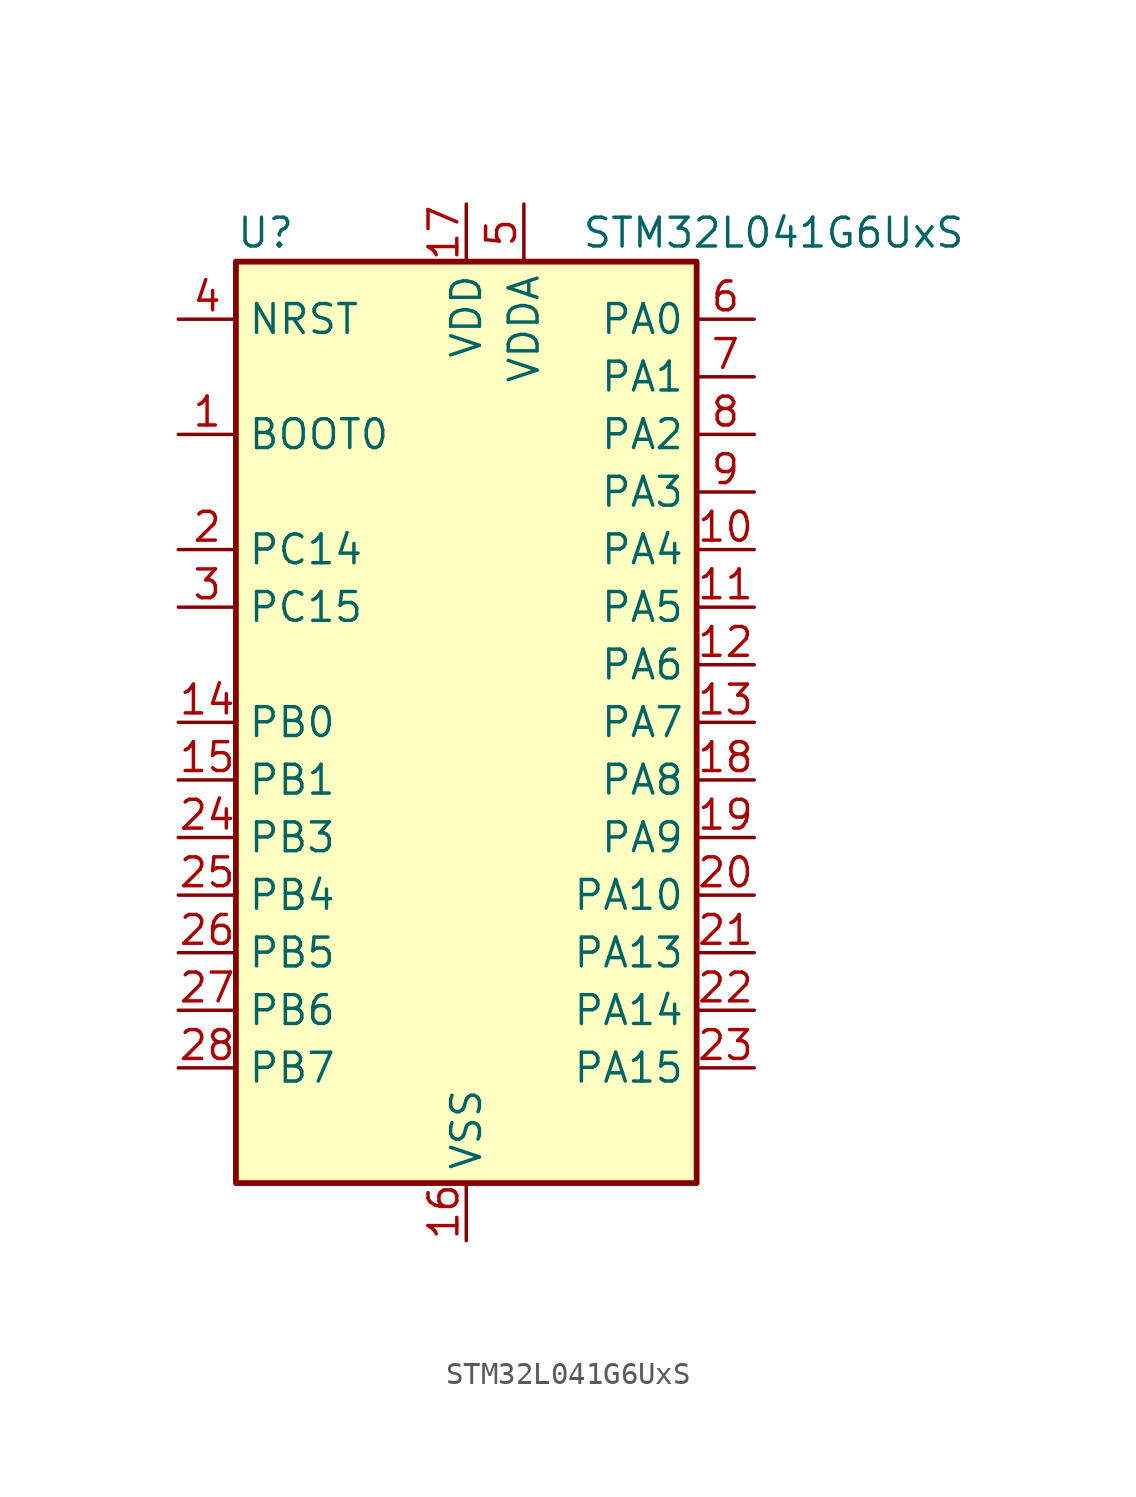
<source format=kicad_sym>
(kicad_symbol_lib
  (version 20231120)
  (generator "kicad_symbol_editor")
  (generator_version "8.0")
  (symbol "STM32L041G6UxS"
    (property "Reference" "U"
      (at -10.16 21.59 0)
      (effects (font (size 1.27 1.27)) (justify left)))
    (property "Value" "STM32L041G6UxS"
      (at 5.08 21.59 0)
      (effects (font (size 1.27 1.27)) (justify left)))
    (property "ki_locked" ""
      (at 0 0 0)
      (effects (font (size 1.27 1.27))))
    (symbol "STM32L041G6UxS_0_1"
      (rectangle (start -10.16 -20.32) (end 10.16 20.32) (stroke (width 0.254) (type default)) (fill (type background))))
    (symbol "STM32L041G6UxS_1_1"
      (pin input line (at -12.7 12.7 0) (length 2.54) (name "BOOT0" (effects (font (size 1.27 1.27)))) (number "1" (effects (font (size 1.27 1.27)))))
      (pin bidirectional line (at 12.7 7.62 180) (length 2.54) (name "PA4" (effects (font (size 1.27 1.27)))) (number "10" (effects (font (size 1.27 1.27)))) (alternate "ADC_IN4" bidirectional line) (alternate "COMP1_INM" bidirectional line) (alternate "COMP2_INM" bidirectional line) (alternate "LPTIM1_IN1" bidirectional line) (alternate "SPI1_NSS" bidirectional line) (alternate "TIM22_ETR" bidirectional line) (alternate "USART2_CK" bidirectional line))
      (pin bidirectional line (at 12.7 5.08 180) (length 2.54) (name "PA5" (effects (font (size 1.27 1.27)))) (number "11" (effects (font (size 1.27 1.27)))) (alternate "ADC_IN5" bidirectional line) (alternate "COMP1_INM" bidirectional line) (alternate "COMP2_INM" bidirectional line) (alternate "LPTIM1_IN2" bidirectional line) (alternate "SPI1_SCK" bidirectional line) (alternate "TIM2_CH1" bidirectional line) (alternate "TIM2_ETR" bidirectional line))
      (pin bidirectional line (at 12.7 2.54 180) (length 2.54) (name "PA6" (effects (font (size 1.27 1.27)))) (number "12" (effects (font (size 1.27 1.27)))) (alternate "ADC_IN6" bidirectional line) (alternate "COMP1_OUT" bidirectional line) (alternate "LPTIM1_ETR" bidirectional line) (alternate "LPUART1_CTS" bidirectional line) (alternate "SPI1_MISO" bidirectional line) (alternate "TIM22_CH1" bidirectional line))
      (pin bidirectional line (at 12.7 0 180) (length 2.54) (name "PA7" (effects (font (size 1.27 1.27)))) (number "13" (effects (font (size 1.27 1.27)))) (alternate "ADC_IN7" bidirectional line) (alternate "COMP2_OUT" bidirectional line) (alternate "LPTIM1_OUT" bidirectional line) (alternate "SPI1_MOSI" bidirectional line) (alternate "TIM22_CH2" bidirectional line) (alternate "USART2_CTS" bidirectional line))
      (pin bidirectional line (at -12.7 0 0) (length 2.54) (name "PB0" (effects (font (size 1.27 1.27)))) (number "14" (effects (font (size 1.27 1.27)))) (alternate "ADC_IN8" bidirectional line) (alternate "SPI1_MISO" bidirectional line) (alternate "SYS_VREF_OUT_PB0" bidirectional line) (alternate "TIM2_CH3" bidirectional line) (alternate "USART2_DE" bidirectional line) (alternate "USART2_RTS" bidirectional line))
      (pin bidirectional line (at -12.7 -2.54 0) (length 2.54) (name "PB1" (effects (font (size 1.27 1.27)))) (number "15" (effects (font (size 1.27 1.27)))) (alternate "ADC_IN9" bidirectional line) (alternate "LPUART1_DE" bidirectional line) (alternate "LPUART1_RTS" bidirectional line) (alternate "SPI1_MOSI" bidirectional line) (alternate "SYS_VREF_OUT_PB1" bidirectional line) (alternate "TIM2_CH4" bidirectional line) (alternate "USART2_CK" bidirectional line))
      (pin power_in line (at 0 -22.86 90) (length 2.54) (name "VSS" (effects (font (size 1.27 1.27)))) (number "16" (effects (font (size 1.27 1.27)))))
      (pin power_in line (at 0 22.86 270) (length 2.54) (name "VDD" (effects (font (size 1.27 1.27)))) (number "17" (effects (font (size 1.27 1.27)))))
      (pin bidirectional line (at 12.7 -2.54 180) (length 2.54) (name "PA8" (effects (font (size 1.27 1.27)))) (number "18" (effects (font (size 1.27 1.27)))) (alternate "LPTIM1_IN1" bidirectional line) (alternate "RCC_MCO" bidirectional line) (alternate "TIM2_CH1" bidirectional line) (alternate "USART2_CK" bidirectional line))
      (pin bidirectional line (at 12.7 -5.08 180) (length 2.54) (name "PA9" (effects (font (size 1.27 1.27)))) (number "19" (effects (font (size 1.27 1.27)))) (alternate "I2C1_SCL" bidirectional line) (alternate "RCC_MCO" bidirectional line) (alternate "TIM22_CH1" bidirectional line) (alternate "USART2_TX" bidirectional line))
      (pin bidirectional line (at -12.7 7.62 0) (length 2.54) (name "PC14" (effects (font (size 1.27 1.27)))) (number "2" (effects (font (size 1.27 1.27)))) (alternate "RCC_OSC32_IN" bidirectional line))
      (pin bidirectional line (at 12.7 -7.62 180) (length 2.54) (name "PA10" (effects (font (size 1.27 1.27)))) (number "20" (effects (font (size 1.27 1.27)))) (alternate "I2C1_SDA" bidirectional line) (alternate "TIM22_CH2" bidirectional line) (alternate "USART2_RX" bidirectional line))
      (pin bidirectional line (at 12.7 -10.16 180) (length 2.54) (name "PA13" (effects (font (size 1.27 1.27)))) (number "21" (effects (font (size 1.27 1.27)))) (alternate "LPTIM1_ETR" bidirectional line) (alternate "LPUART1_RX" bidirectional line) (alternate "SYS_SWDIO" bidirectional line))
      (pin bidirectional line (at 12.7 -12.7 180) (length 2.54) (name "PA14" (effects (font (size 1.27 1.27)))) (number "22" (effects (font (size 1.27 1.27)))) (alternate "I2C1_SMBA" bidirectional line) (alternate "LPTIM1_OUT" bidirectional line) (alternate "LPUART1_TX" bidirectional line) (alternate "SYS_SWCLK" bidirectional line) (alternate "USART2_TX" bidirectional line))
      (pin bidirectional line (at 12.7 -15.24 180) (length 2.54) (name "PA15" (effects (font (size 1.27 1.27)))) (number "23" (effects (font (size 1.27 1.27)))) (alternate "SPI1_NSS" bidirectional line) (alternate "TIM2_CH1" bidirectional line) (alternate "TIM2_ETR" bidirectional line) (alternate "USART2_RX" bidirectional line))
      (pin bidirectional line (at -12.7 -5.08 0) (length 2.54) (name "PB3" (effects (font (size 1.27 1.27)))) (number "24" (effects (font (size 1.27 1.27)))) (alternate "COMP2_INM" bidirectional line) (alternate "SPI1_SCK" bidirectional line) (alternate "TIM2_CH2" bidirectional line))
      (pin bidirectional line (at -12.7 -7.62 0) (length 2.54) (name "PB4" (effects (font (size 1.27 1.27)))) (number "25" (effects (font (size 1.27 1.27)))) (alternate "COMP2_INP" bidirectional line) (alternate "SPI1_MISO" bidirectional line) (alternate "TIM22_CH1" bidirectional line))
      (pin bidirectional line (at -12.7 -10.16 0) (length 2.54) (name "PB5" (effects (font (size 1.27 1.27)))) (number "26" (effects (font (size 1.27 1.27)))) (alternate "COMP2_INP" bidirectional line) (alternate "I2C1_SMBA" bidirectional line) (alternate "LPTIM1_IN1" bidirectional line) (alternate "SPI1_MOSI" bidirectional line) (alternate "TIM22_CH2" bidirectional line))
      (pin bidirectional line (at -12.7 -12.7 0) (length 2.54) (name "PB6" (effects (font (size 1.27 1.27)))) (number "27" (effects (font (size 1.27 1.27)))) (alternate "COMP2_INP" bidirectional line) (alternate "I2C1_SCL" bidirectional line) (alternate "LPTIM1_ETR" bidirectional line) (alternate "TIM21_CH1" bidirectional line) (alternate "USART2_TX" bidirectional line))
      (pin bidirectional line (at -12.7 -15.24 0) (length 2.54) (name "PB7" (effects (font (size 1.27 1.27)))) (number "28" (effects (font (size 1.27 1.27)))) (alternate "COMP2_INP" bidirectional line) (alternate "I2C1_SDA" bidirectional line) (alternate "LPTIM1_IN2" bidirectional line) (alternate "SYS_PVD_IN" bidirectional line) (alternate "USART2_RX" bidirectional line))
      (pin bidirectional line (at -12.7 5.08 0) (length 2.54) (name "PC15" (effects (font (size 1.27 1.27)))) (number "3" (effects (font (size 1.27 1.27)))) (alternate "RCC_OSC32_OUT" bidirectional line))
      (pin input line (at -12.7 17.78 0) (length 2.54) (name "NRST" (effects (font (size 1.27 1.27)))) (number "4" (effects (font (size 1.27 1.27)))))
      (pin power_in line (at 2.54 22.86 270) (length 2.54) (name "VDDA" (effects (font (size 1.27 1.27)))) (number "5" (effects (font (size 1.27 1.27)))))
      (pin bidirectional line (at 12.7 17.78 180) (length 2.54) (name "PA0" (effects (font (size 1.27 1.27)))) (number "6" (effects (font (size 1.27 1.27)))) (alternate "ADC_IN0" bidirectional line) (alternate "COMP1_INM" bidirectional line) (alternate "COMP1_OUT" bidirectional line) (alternate "LPTIM1_IN1" bidirectional line) (alternate "RCC_CK_IN" bidirectional line) (alternate "RTC_TAMP2" bidirectional line) (alternate "SYS_WKUP1" bidirectional line) (alternate "TIM2_CH1" bidirectional line) (alternate "TIM2_ETR" bidirectional line) (alternate "USART2_CTS" bidirectional line))
      (pin bidirectional line (at 12.7 15.24 180) (length 2.54) (name "PA1" (effects (font (size 1.27 1.27)))) (number "7" (effects (font (size 1.27 1.27)))) (alternate "ADC_IN1" bidirectional line) (alternate "COMP1_INP" bidirectional line) (alternate "I2C1_SMBA" bidirectional line) (alternate "LPTIM1_IN2" bidirectional line) (alternate "TIM21_ETR" bidirectional line) (alternate "TIM2_CH2" bidirectional line) (alternate "USART2_DE" bidirectional line) (alternate "USART2_RTS" bidirectional line))
      (pin bidirectional line (at 12.7 12.7 180) (length 2.54) (name "PA2" (effects (font (size 1.27 1.27)))) (number "8" (effects (font (size 1.27 1.27)))) (alternate "ADC_IN2" bidirectional line) (alternate "COMP2_INM" bidirectional line) (alternate "COMP2_OUT" bidirectional line) (alternate "LPUART1_TX" bidirectional line) (alternate "RTC_OUT_ALARM" bidirectional line) (alternate "RTC_OUT_CALIB" bidirectional line) (alternate "RTC_TAMP3" bidirectional line) (alternate "RTC_TS" bidirectional line) (alternate "SYS_WKUP3" bidirectional line) (alternate "TIM21_CH1" bidirectional line) (alternate "TIM2_CH3" bidirectional line) (alternate "USART2_TX" bidirectional line))
      (pin bidirectional line (at 12.7 10.16 180) (length 2.54) (name "PA3" (effects (font (size 1.27 1.27)))) (number "9" (effects (font (size 1.27 1.27)))) (alternate "ADC_IN3" bidirectional line) (alternate "COMP2_INP" bidirectional line) (alternate "LPUART1_RX" bidirectional line) (alternate "TIM21_CH2" bidirectional line) (alternate "TIM2_CH4" bidirectional line) (alternate "USART2_RX" bidirectional line)))))
</source>
